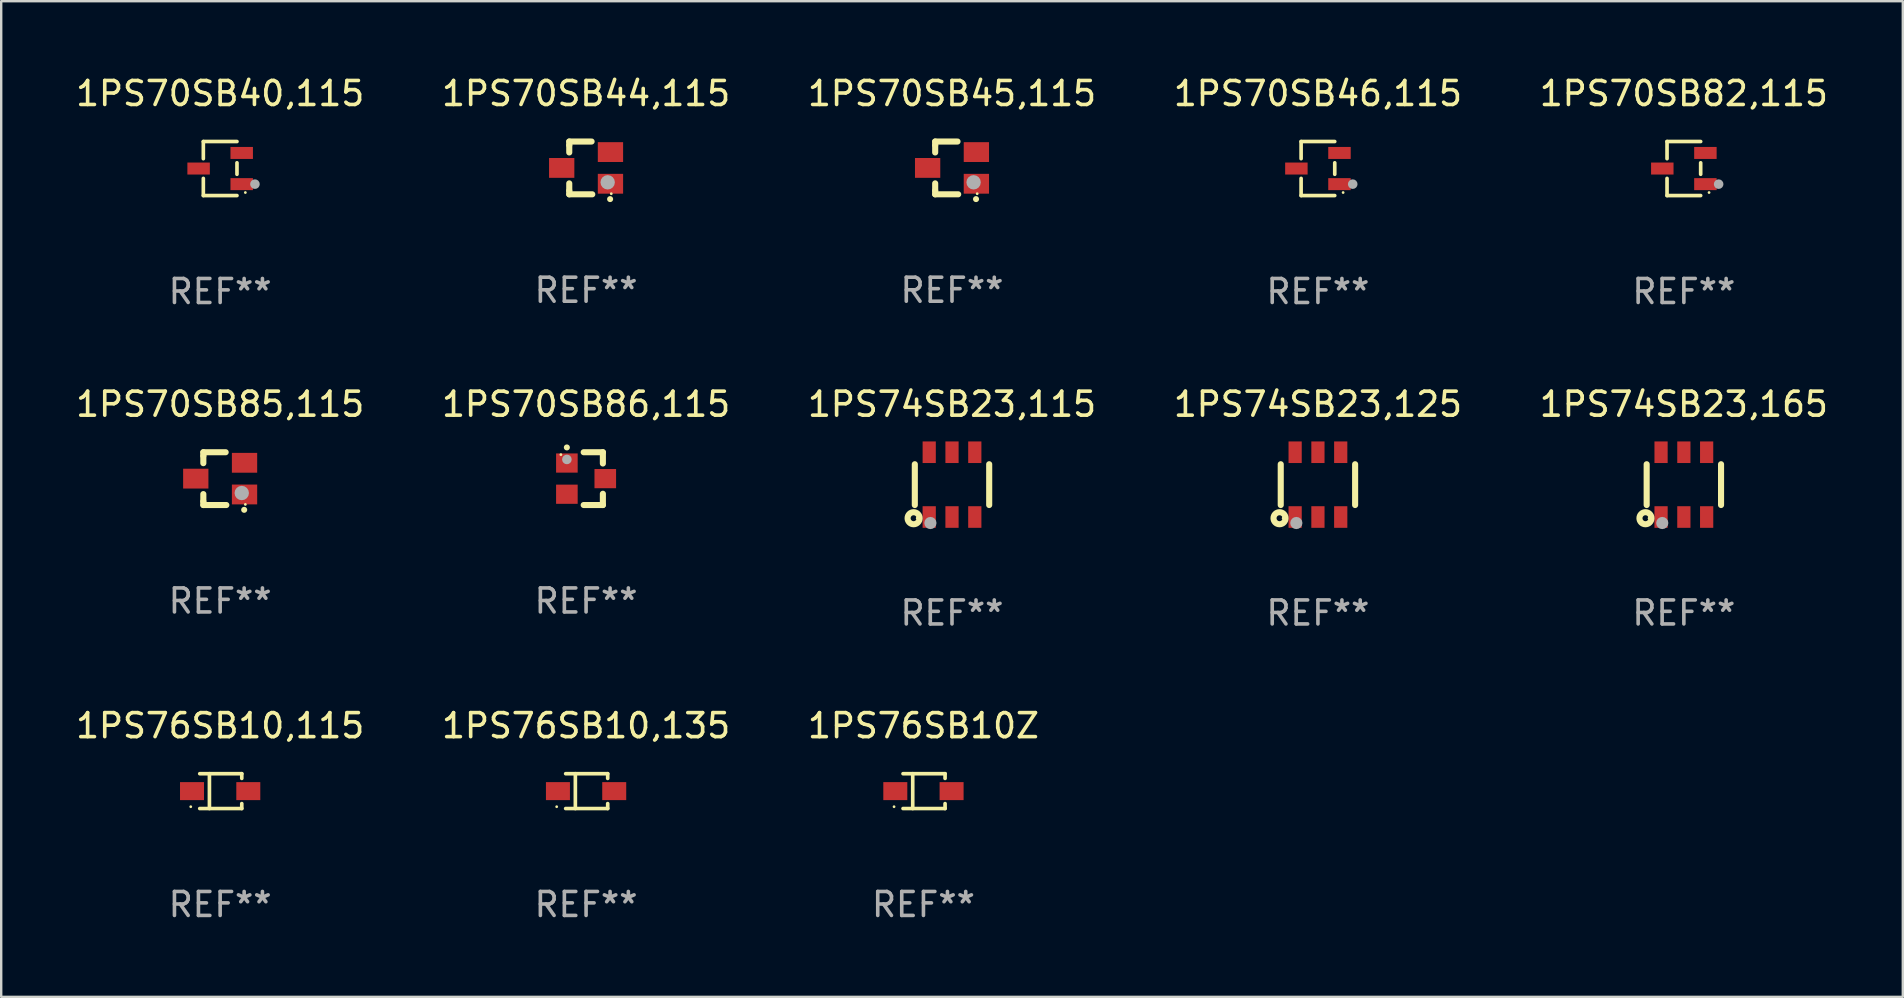
<source format=kicad_pcb>
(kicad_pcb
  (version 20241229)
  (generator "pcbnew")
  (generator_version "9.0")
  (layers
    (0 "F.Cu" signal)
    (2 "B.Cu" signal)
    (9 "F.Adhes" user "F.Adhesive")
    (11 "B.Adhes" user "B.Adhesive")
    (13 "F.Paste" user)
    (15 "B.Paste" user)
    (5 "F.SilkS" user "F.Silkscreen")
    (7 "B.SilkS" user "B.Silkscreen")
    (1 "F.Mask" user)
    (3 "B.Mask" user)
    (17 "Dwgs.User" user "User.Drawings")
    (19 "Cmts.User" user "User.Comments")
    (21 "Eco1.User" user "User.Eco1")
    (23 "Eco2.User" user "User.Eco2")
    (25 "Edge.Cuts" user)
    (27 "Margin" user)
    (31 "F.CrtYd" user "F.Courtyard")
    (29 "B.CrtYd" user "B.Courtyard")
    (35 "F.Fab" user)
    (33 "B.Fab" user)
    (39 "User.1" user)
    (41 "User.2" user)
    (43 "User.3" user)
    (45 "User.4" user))
  (footprint "1PS70SB86,115"
    (layer "F.Cu")
    (at 21.375 16.897)
    (property "Reference" "1PS70SB86,115" (at 0 -3.1 0) (layer "F.SilkS") (effects (font (size 1 1) (thickness 0.15))))
    (attr through_hole)
    (fp_line (start 0.7 -1.1) (end -0.1 -1.1) (stroke (width 0.254) (type solid)) (layer "F.SilkS"))
    (fp_line (start 0.7 -1.1) (end 0.7 -0.631) (stroke (width 0.254) (type solid)) (layer "F.SilkS"))
    (fp_line (start 0.7 0.631) (end 0.7 1.1) (stroke (width 0.254) (type solid)) (layer "F.SilkS"))
    (fp_line (start 0.7 1.1) (end -0.1 1.1) (stroke (width 0.254) (type solid)) (layer "F.SilkS"))
    (fp_arc (start -0.80254 -1.3) (mid -0.80127 -1.300007) (end -0.8 -1.3) (stroke (width 0.24892) (type solid)) (layer "F.SilkS"))
    (fp_circle (center -1.05 -1) (end -1.02 -1) (stroke (width 0.06) (type solid)) (fill no) (layer "F.SilkS"))
    (fp_circle (center -0.8 -0.8) (end -0.7 -0.8) (stroke (width 0.2) (type solid)) (fill no) (layer "F.Fab"))
    (fp_text user "REF**" (at 0 5.1 0) (layer "F.Fab") (effects (font (size 1 1) (thickness 0.15))))
    (pad "1" smd rect (at -0.8 -0.65 270) (size 0.8 0.9) (layers "F.Cu" "F.Mask" "F.Paste"))
    (pad "2" smd rect (at -0.8 0.65 270) (size 0.8 0.9) (layers "F.Cu" "F.Mask" "F.Paste"))
    (pad "3" smd rect (at 0.8 -0.000102 270) (size 0.8 0.9) (layers "F.Cu" "F.Mask" "F.Paste")))
  (footprint "1PS70SB45,115"
    (layer "F.Cu")
    (at 36.625 3.948)
    (property "Reference" "1PS70SB45,115" (at 0 -3.1 0) (layer "F.SilkS") (effects (font (size 1 1) (thickness 0.15))))
    (attr through_hole)
    (fp_line (start -0.701 -0.95) (end -0.701 -1.1) (stroke (width 0.254) (type solid)) (layer "F.SilkS"))
    (fp_line (start -0.701 -0.644) (end -0.701 -0.95) (stroke (width 0.254) (type solid)) (layer "F.SilkS"))
    (fp_line (start -0.701 0.95) (end -0.701 0.644) (stroke (width 0.254) (type solid)) (layer "F.SilkS"))
    (fp_line (start -0.701 0.95) (end -0.701 1.1) (stroke (width 0.254) (type solid)) (layer "F.SilkS"))
    (fp_line (start -0.7 -1.1) (end 0.23 -1.1) (stroke (width 0.254) (type solid)) (layer "F.SilkS"))
    (fp_line (start -0.7 1.1) (end 0.258 1.1) (stroke (width 0.254) (type solid)) (layer "F.SilkS"))
    (fp_arc (start 1 1.3) (mid 1.00127 1.299994) (end 1.00254 1.3) (stroke (width 0.24892) (type solid)) (layer "F.SilkS"))
    (fp_circle (center 1.05 1.075) (end 1.08 1.075) (stroke (width 0.06) (type solid)) (fill no) (layer "F.SilkS"))
    (fp_circle (center 0.9 0.6) (end 1.05 0.6) (stroke (width 0.3) (type solid)) (fill no) (layer "F.Fab"))
    (fp_text user "REF**" (at 0 5.1 0) (layer "F.Fab") (effects (font (size 1 1) (thickness 0.15))))
    (pad "1" smd rect (at 1.016 0.66) (size 1.054 0.826) (layers "F.Cu" "F.Mask" "F.Paste"))
    (pad "2" smd rect (at 1.016 -0.66) (size 1.054 0.826) (layers "F.Cu" "F.Mask" "F.Paste"))
    (pad "3" smd rect (at -1.016 0) (size 1.054 0.826) (layers "F.Cu" "F.Mask" "F.Paste")))
  (footprint "1PS70SB40,115"
    (layer "F.Cu")
    (at 6.125 3.974)
    (property "Reference" "1PS70SB40,115" (at 0 -3.126 0) (layer "F.SilkS") (effects (font (size 1 1) (thickness 0.15))))
    (attr through_hole)
    (fp_line (start -0.701 -1.126) (end -0.701 -0.411) (stroke (width 0.152) (type solid)) (layer "F.SilkS"))
    (fp_line (start -0.701 1.126) (end -0.701 0.411) (stroke (width 0.152) (type solid)) (layer "F.SilkS"))
    (fp_line (start 0.701 -1.126) (end -0.701 -1.126) (stroke (width 0.152) (type solid)) (layer "F.SilkS"))
    (fp_line (start 0.701 -0.239) (end 0.701 0.239) (stroke (width 0.152) (type solid)) (layer "F.SilkS"))
    (fp_line (start 0.701 1.126) (end -0.701 1.126) (stroke (width 0.152) (type solid)) (layer "F.SilkS"))
    (fp_circle (center 1.05 1) (end 1.08 1) (stroke (width 0.06) (type solid)) (fill no) (layer "F.SilkS"))
    (fp_circle (center 1.45 0.65) (end 1.55 0.65) (stroke (width 0.2) (type solid)) (fill no) (layer "F.Fab"))
    (fp_text user "REF**" (at 0 5.126 0) (layer "F.Fab") (effects (font (size 1 1) (thickness 0.15))))
    (pad "1" smd rect (at 0.898 0.65) (size 0.936 0.5) (layers "F.Cu" "F.Mask" "F.Paste"))
    (pad "2" smd rect (at 0.898 -0.65) (size 0.936 0.5) (layers "F.Cu" "F.Mask" "F.Paste"))
    (pad "3" smd rect (at -0.898 0) (size 0.936 0.5) (layers "F.Cu" "F.Mask" "F.Paste")))
  (footprint "1PS74SB23,125"
    (layer "F.Cu")
    (at 51.875 17.147)
    (property "Reference" "1PS74SB23,125" (at 0 -3.35 0) (layer "F.SilkS") (effects (font (size 1 1) (thickness 0.15))))
    (attr through_hole)
    (fp_line (start -1.55 0.85) (end -1.55 -0.85) (stroke (width 0.254) (type solid)) (layer "F.SilkS"))
    (fp_line (start 1.55 -0.85) (end 1.55 0.85) (stroke (width 0.254) (type solid)) (layer "F.SilkS"))
    (fp_circle (center -1.6 1.4) (end -1.476 1.4) (stroke (width 0.254) (type solid)) (fill no) (layer "F.SilkS"))
    (fp_circle (center -1.45 1.4) (end -1.42 1.4) (stroke (width 0.06) (type solid)) (fill no) (layer "F.SilkS"))
    (fp_circle (center -0.9 1.6) (end -0.773 1.6) (stroke (width 0.254) (type solid)) (fill no) (layer "F.Fab"))
    (fp_text user "REF**" (at 0 5.35 0) (layer "F.Fab") (effects (font (size 1 1) (thickness 0.15))))
    (pad "1" smd rect (at -0.95 1.35) (size 0.551 0.9) (layers "F.Cu" "F.Mask" "F.Paste"))
    (pad "2" smd rect (at 0.000127 1.35) (size 0.551 0.9) (layers "F.Cu" "F.Mask" "F.Paste"))
    (pad "3" smd rect (at 0.95 1.35) (size 0.551 0.9) (layers "F.Cu" "F.Mask" "F.Paste"))
    (pad "4" smd rect (at 0.95 -1.35) (size 0.55 0.9) (layers "F.Cu" "F.Mask" "F.Paste"))
    (pad "5" smd rect (at 0.000127 -1.35) (size 0.55 0.9) (layers "F.Cu" "F.Mask" "F.Paste"))
    (pad "6" smd rect (at -0.95 -1.35) (size 0.55 0.9) (layers "F.Cu" "F.Mask" "F.Paste")))
  (footprint "1PS70SB82,115"
    (layer "F.Cu")
    (at 67.125 3.974)
    (property "Reference" "1PS70SB82,115" (at 0 -3.126 0) (layer "F.SilkS") (effects (font (size 1 1) (thickness 0.15))))
    (attr through_hole)
    (fp_line (start -0.701 -1.126) (end -0.701 -0.411) (stroke (width 0.152) (type solid)) (layer "F.SilkS"))
    (fp_line (start -0.701 1.126) (end -0.701 0.411) (stroke (width 0.152) (type solid)) (layer "F.SilkS"))
    (fp_line (start 0.701 -1.126) (end -0.701 -1.126) (stroke (width 0.152) (type solid)) (layer "F.SilkS"))
    (fp_line (start 0.701 -0.239) (end 0.701 0.239) (stroke (width 0.152) (type solid)) (layer "F.SilkS"))
    (fp_line (start 0.701 1.126) (end -0.701 1.126) (stroke (width 0.152) (type solid)) (layer "F.SilkS"))
    (fp_circle (center 1.05 1) (end 1.08 1) (stroke (width 0.06) (type solid)) (fill no) (layer "F.SilkS"))
    (fp_circle (center 1.45 0.65) (end 1.55 0.65) (stroke (width 0.2) (type solid)) (fill no) (layer "F.Fab"))
    (fp_text user "REF**" (at 0 5.126 0) (layer "F.Fab") (effects (font (size 1 1) (thickness 0.15))))
    (pad "1" smd rect (at 0.898 0.65) (size 0.936 0.5) (layers "F.Cu" "F.Mask" "F.Paste"))
    (pad "2" smd rect (at 0.898 -0.65) (size 0.936 0.5) (layers "F.Cu" "F.Mask" "F.Paste"))
    (pad "3" smd rect (at -0.898 0) (size 0.936 0.5) (layers "F.Cu" "F.Mask" "F.Paste")))
  (footprint "1PS76SB10Z"
    (layer "F.Cu")
    (at 35.435 29.92)
    (property "Reference" "1PS76SB10Z" (at 0 -2.726 0) (layer "F.SilkS") (effects (font (size 1 1) (thickness 0.15))))
    (attr through_hole)
    (fp_line (start -0.851 -0.726) (end 0.901 -0.726) (stroke (width 0.152) (type solid)) (layer "F.SilkS"))
    (fp_line (start -0.851 0.726) (end 0.901 0.726) (stroke (width 0.152) (type solid)) (layer "F.SilkS"))
    (fp_line (start -0.447 -0.726) (end -0.447 0.726) (stroke (width 0.152) (type solid)) (layer "F.SilkS"))
    (fp_line (start 0.901 -0.726) (end 0.901 -0.53) (stroke (width 0.152) (type solid)) (layer "F.SilkS"))
    (fp_line (start 0.901 0.726) (end 0.901 0.52) (stroke (width 0.152) (type solid)) (layer "F.SilkS"))
    (fp_circle (center -1.225 0.65) (end -1.195 0.65) (stroke (width 0.06) (type solid)) (fill no) (layer "F.SilkS"))
    (fp_text user "REF**" (at 0 4.726 0) (layer "F.Fab") (effects (font (size 1 1) (thickness 0.15))))
    (pad "1" smd rect (at -1.173 0) (size 1 0.75) (layers "F.Cu" "F.Mask" "F.Paste"))
    (pad "2" smd rect (at 1.173 0) (size 1 0.75) (layers "F.Cu" "F.Mask" "F.Paste")))
  (footprint "1PS70SB85,115"
    (layer "F.Cu")
    (at 6.125 16.897)
    (property "Reference" "1PS70SB85,115" (at 0 -3.1 0) (layer "F.SilkS") (effects (font (size 1 1) (thickness 0.15))))
    (attr through_hole)
    (fp_line (start -0.701 -0.95) (end -0.701 -1.1) (stroke (width 0.254) (type solid)) (layer "F.SilkS"))
    (fp_line (start -0.701 -0.644) (end -0.701 -0.95) (stroke (width 0.254) (type solid)) (layer "F.SilkS"))
    (fp_line (start -0.701 0.95) (end -0.701 0.644) (stroke (width 0.254) (type solid)) (layer "F.SilkS"))
    (fp_line (start -0.701 0.95) (end -0.701 1.1) (stroke (width 0.254) (type solid)) (layer "F.SilkS"))
    (fp_line (start -0.7 -1.1) (end 0.23 -1.1) (stroke (width 0.254) (type solid)) (layer "F.SilkS"))
    (fp_line (start -0.7 1.1) (end 0.258 1.1) (stroke (width 0.254) (type solid)) (layer "F.SilkS"))
    (fp_arc (start 1 1.3) (mid 1.00127 1.299994) (end 1.00254 1.3) (stroke (width 0.24892) (type solid)) (layer "F.SilkS"))
    (fp_circle (center 1.05 1.075) (end 1.08 1.075) (stroke (width 0.06) (type solid)) (fill no) (layer "F.SilkS"))
    (fp_circle (center 0.9 0.6) (end 1.05 0.6) (stroke (width 0.3) (type solid)) (fill no) (layer "F.Fab"))
    (fp_text user "REF**" (at 0 5.1 0) (layer "F.Fab") (effects (font (size 1 1) (thickness 0.15))))
    (pad "1" smd rect (at 1.016 0.66) (size 1.054 0.826) (layers "F.Cu" "F.Mask" "F.Paste"))
    (pad "2" smd rect (at 1.016 -0.66) (size 1.054 0.826) (layers "F.Cu" "F.Mask" "F.Paste"))
    (pad "3" smd rect (at -1.016 0) (size 1.054 0.826) (layers "F.Cu" "F.Mask" "F.Paste")))
  (footprint "1PS70SB44,115"
    (layer "F.Cu")
    (at 21.375 3.948)
    (property "Reference" "1PS70SB44,115" (at 0 -3.1 0) (layer "F.SilkS") (effects (font (size 1 1) (thickness 0.15))))
    (attr through_hole)
    (fp_line (start -0.701 -0.95) (end -0.701 -1.1) (stroke (width 0.254) (type solid)) (layer "F.SilkS"))
    (fp_line (start -0.701 -0.644) (end -0.701 -0.95) (stroke (width 0.254) (type solid)) (layer "F.SilkS"))
    (fp_line (start -0.701 0.95) (end -0.701 0.644) (stroke (width 0.254) (type solid)) (layer "F.SilkS"))
    (fp_line (start -0.701 0.95) (end -0.701 1.1) (stroke (width 0.254) (type solid)) (layer "F.SilkS"))
    (fp_line (start -0.7 -1.1) (end 0.23 -1.1) (stroke (width 0.254) (type solid)) (layer "F.SilkS"))
    (fp_line (start -0.7 1.1) (end 0.258 1.1) (stroke (width 0.254) (type solid)) (layer "F.SilkS"))
    (fp_arc (start 1 1.3) (mid 1.00127 1.299994) (end 1.00254 1.3) (stroke (width 0.24892) (type solid)) (layer "F.SilkS"))
    (fp_circle (center 1.05 1.075) (end 1.08 1.075) (stroke (width 0.06) (type solid)) (fill no) (layer "F.SilkS"))
    (fp_circle (center 0.9 0.6) (end 1.05 0.6) (stroke (width 0.3) (type solid)) (fill no) (layer "F.Fab"))
    (fp_text user "REF**" (at 0 5.1 0) (layer "F.Fab") (effects (font (size 1 1) (thickness 0.15))))
    (pad "1" smd rect (at 1.016 0.66) (size 1.054 0.826) (layers "F.Cu" "F.Mask" "F.Paste"))
    (pad "2" smd rect (at 1.016 -0.66) (size 1.054 0.826) (layers "F.Cu" "F.Mask" "F.Paste"))
    (pad "3" smd rect (at -1.016 0) (size 1.054 0.826) (layers "F.Cu" "F.Mask" "F.Paste")))
  (footprint "1PS74SB23,165"
    (layer "F.Cu")
    (at 67.125 17.147)
    (property "Reference" "1PS74SB23,165" (at 0 -3.35 0) (layer "F.SilkS") (effects (font (size 1 1) (thickness 0.15))))
    (attr through_hole)
    (fp_line (start -1.55 0.85) (end -1.55 -0.85) (stroke (width 0.254) (type solid)) (layer "F.SilkS"))
    (fp_line (start 1.55 -0.85) (end 1.55 0.85) (stroke (width 0.254) (type solid)) (layer "F.SilkS"))
    (fp_circle (center -1.6 1.4) (end -1.476 1.4) (stroke (width 0.254) (type solid)) (fill no) (layer "F.SilkS"))
    (fp_circle (center -1.45 1.4) (end -1.42 1.4) (stroke (width 0.06) (type solid)) (fill no) (layer "F.SilkS"))
    (fp_circle (center -0.9 1.6) (end -0.773 1.6) (stroke (width 0.254) (type solid)) (fill no) (layer "F.Fab"))
    (fp_text user "REF**" (at 0 5.35 0) (layer "F.Fab") (effects (font (size 1 1) (thickness 0.15))))
    (pad "1" smd rect (at -0.95 1.35) (size 0.551 0.9) (layers "F.Cu" "F.Mask" "F.Paste"))
    (pad "2" smd rect (at 0.000127 1.35) (size 0.551 0.9) (layers "F.Cu" "F.Mask" "F.Paste"))
    (pad "3" smd rect (at 0.95 1.35) (size 0.551 0.9) (layers "F.Cu" "F.Mask" "F.Paste"))
    (pad "4" smd rect (at 0.95 -1.35) (size 0.55 0.9) (layers "F.Cu" "F.Mask" "F.Paste"))
    (pad "5" smd rect (at 0.000127 -1.35) (size 0.55 0.9) (layers "F.Cu" "F.Mask" "F.Paste"))
    (pad "6" smd rect (at -0.95 -1.35) (size 0.55 0.9) (layers "F.Cu" "F.Mask" "F.Paste")))
  (footprint "1PS76SB10,135"
    (layer "F.Cu")
    (at 21.375 29.92)
    (property "Reference" "1PS76SB10,135" (at 0 -2.726 0) (layer "F.SilkS") (effects (font (size 1 1) (thickness 0.15))))
    (attr through_hole)
    (fp_line (start -0.851 -0.726) (end 0.901 -0.726) (stroke (width 0.152) (type solid)) (layer "F.SilkS"))
    (fp_line (start -0.851 0.726) (end 0.901 0.726) (stroke (width 0.152) (type solid)) (layer "F.SilkS"))
    (fp_line (start -0.447 -0.726) (end -0.447 0.726) (stroke (width 0.152) (type solid)) (layer "F.SilkS"))
    (fp_line (start 0.901 -0.726) (end 0.901 -0.53) (stroke (width 0.152) (type solid)) (layer "F.SilkS"))
    (fp_line (start 0.901 0.726) (end 0.901 0.52) (stroke (width 0.152) (type solid)) (layer "F.SilkS"))
    (fp_circle (center -1.225 0.65) (end -1.195 0.65) (stroke (width 0.06) (type solid)) (fill no) (layer "F.SilkS"))
    (fp_text user "REF**" (at 0 4.726 0) (layer "F.Fab") (effects (font (size 1 1) (thickness 0.15))))
    (pad "1" smd rect (at -1.173 0) (size 1 0.75) (layers "F.Cu" "F.Mask" "F.Paste"))
    (pad "2" smd rect (at 1.173 0) (size 1 0.75) (layers "F.Cu" "F.Mask" "F.Paste")))
  (footprint "1PS76SB10,115"
    (layer "F.Cu")
    (at 6.125 29.92)
    (property "Reference" "1PS76SB10,115" (at 0 -2.726 0) (layer "F.SilkS") (effects (font (size 1 1) (thickness 0.15))))
    (attr through_hole)
    (fp_line (start -0.851 -0.726) (end 0.901 -0.726) (stroke (width 0.152) (type solid)) (layer "F.SilkS"))
    (fp_line (start -0.851 0.726) (end 0.901 0.726) (stroke (width 0.152) (type solid)) (layer "F.SilkS"))
    (fp_line (start -0.447 -0.726) (end -0.447 0.726) (stroke (width 0.152) (type solid)) (layer "F.SilkS"))
    (fp_line (start 0.901 -0.726) (end 0.901 -0.53) (stroke (width 0.152) (type solid)) (layer "F.SilkS"))
    (fp_line (start 0.901 0.726) (end 0.901 0.52) (stroke (width 0.152) (type solid)) (layer "F.SilkS"))
    (fp_circle (center -1.225 0.65) (end -1.195 0.65) (stroke (width 0.06) (type solid)) (fill no) (layer "F.SilkS"))
    (fp_text user "REF**" (at 0 4.726 0) (layer "F.Fab") (effects (font (size 1 1) (thickness 0.15))))
    (pad "1" smd rect (at -1.173 0) (size 1 0.75) (layers "F.Cu" "F.Mask" "F.Paste"))
    (pad "2" smd rect (at 1.173 0) (size 1 0.75) (layers "F.Cu" "F.Mask" "F.Paste")))
  (footprint "1PS74SB23,115"
    (layer "F.Cu")
    (at 36.625 17.147)
    (property "Reference" "1PS74SB23,115" (at 0 -3.35 0) (layer "F.SilkS") (effects (font (size 1 1) (thickness 0.15))))
    (attr through_hole)
    (fp_line (start -1.55 0.85) (end -1.55 -0.85) (stroke (width 0.254) (type solid)) (layer "F.SilkS"))
    (fp_line (start 1.55 -0.85) (end 1.55 0.85) (stroke (width 0.254) (type solid)) (layer "F.SilkS"))
    (fp_circle (center -1.6 1.4) (end -1.476 1.4) (stroke (width 0.254) (type solid)) (fill no) (layer "F.SilkS"))
    (fp_circle (center -1.45 1.4) (end -1.42 1.4) (stroke (width 0.06) (type solid)) (fill no) (layer "F.SilkS"))
    (fp_circle (center -0.9 1.6) (end -0.773 1.6) (stroke (width 0.254) (type solid)) (fill no) (layer "F.Fab"))
    (fp_text user "REF**" (at 0 5.35 0) (layer "F.Fab") (effects (font (size 1 1) (thickness 0.15))))
    (pad "1" smd rect (at -0.95 1.35) (size 0.551 0.9) (layers "F.Cu" "F.Mask" "F.Paste"))
    (pad "2" smd rect (at 0.000127 1.35) (size 0.551 0.9) (layers "F.Cu" "F.Mask" "F.Paste"))
    (pad "3" smd rect (at 0.95 1.35) (size 0.551 0.9) (layers "F.Cu" "F.Mask" "F.Paste"))
    (pad "4" smd rect (at 0.95 -1.35) (size 0.55 0.9) (layers "F.Cu" "F.Mask" "F.Paste"))
    (pad "5" smd rect (at 0.000127 -1.35) (size 0.55 0.9) (layers "F.Cu" "F.Mask" "F.Paste"))
    (pad "6" smd rect (at -0.95 -1.35) (size 0.55 0.9) (layers "F.Cu" "F.Mask" "F.Paste")))
  (footprint "1PS70SB46,115"
    (layer "F.Cu")
    (at 51.875 3.974)
    (property "Reference" "1PS70SB46,115" (at 0 -3.126 0) (layer "F.SilkS") (effects (font (size 1 1) (thickness 0.15))))
    (attr through_hole)
    (fp_line (start -0.701 -1.126) (end -0.701 -0.411) (stroke (width 0.152) (type solid)) (layer "F.SilkS"))
    (fp_line (start -0.701 1.126) (end -0.701 0.411) (stroke (width 0.152) (type solid)) (layer "F.SilkS"))
    (fp_line (start 0.701 -1.126) (end -0.701 -1.126) (stroke (width 0.152) (type solid)) (layer "F.SilkS"))
    (fp_line (start 0.701 -0.239) (end 0.701 0.239) (stroke (width 0.152) (type solid)) (layer "F.SilkS"))
    (fp_line (start 0.701 1.126) (end -0.701 1.126) (stroke (width 0.152) (type solid)) (layer "F.SilkS"))
    (fp_circle (center 1.05 1) (end 1.08 1) (stroke (width 0.06) (type solid)) (fill no) (layer "F.SilkS"))
    (fp_circle (center 1.45 0.65) (end 1.55 0.65) (stroke (width 0.2) (type solid)) (fill no) (layer "F.Fab"))
    (fp_text user "REF**" (at 0 5.126 0) (layer "F.Fab") (effects (font (size 1 1) (thickness 0.15))))
    (pad "1" smd rect (at 0.898 0.65) (size 0.936 0.5) (layers "F.Cu" "F.Mask" "F.Paste"))
    (pad "2" smd rect (at 0.898 -0.65) (size 0.936 0.5) (layers "F.Cu" "F.Mask" "F.Paste"))
    (pad "3" smd rect (at -0.898 0) (size 0.936 0.5) (layers "F.Cu" "F.Mask" "F.Paste")))
  (gr_rect
    (start -3 -3)
    (end 76.25 38.494)
    (stroke (width 0.1) (type default))
    (fill no)
    (layer "Edge.Cuts")))
</source>
